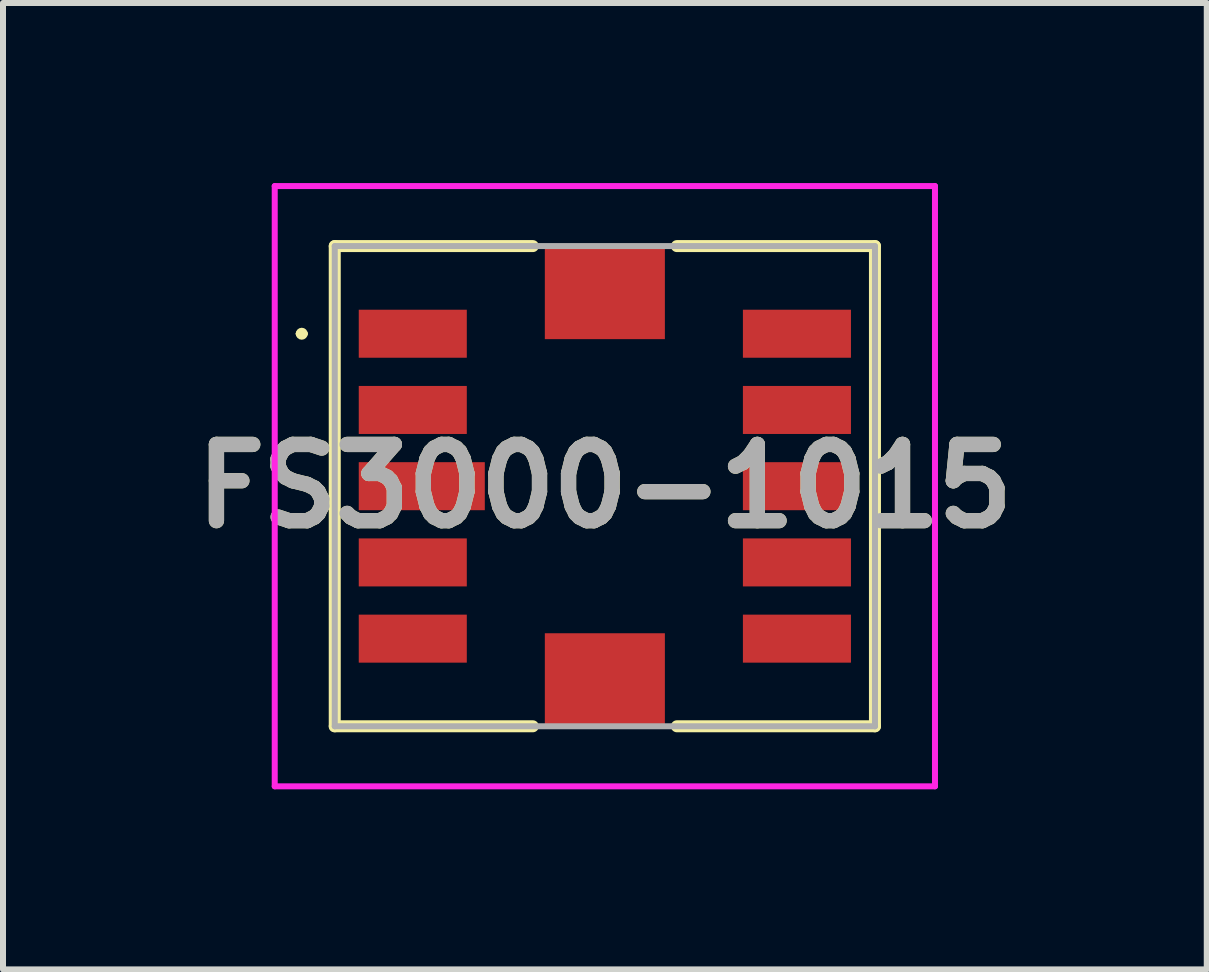
<source format=kicad_pcb>
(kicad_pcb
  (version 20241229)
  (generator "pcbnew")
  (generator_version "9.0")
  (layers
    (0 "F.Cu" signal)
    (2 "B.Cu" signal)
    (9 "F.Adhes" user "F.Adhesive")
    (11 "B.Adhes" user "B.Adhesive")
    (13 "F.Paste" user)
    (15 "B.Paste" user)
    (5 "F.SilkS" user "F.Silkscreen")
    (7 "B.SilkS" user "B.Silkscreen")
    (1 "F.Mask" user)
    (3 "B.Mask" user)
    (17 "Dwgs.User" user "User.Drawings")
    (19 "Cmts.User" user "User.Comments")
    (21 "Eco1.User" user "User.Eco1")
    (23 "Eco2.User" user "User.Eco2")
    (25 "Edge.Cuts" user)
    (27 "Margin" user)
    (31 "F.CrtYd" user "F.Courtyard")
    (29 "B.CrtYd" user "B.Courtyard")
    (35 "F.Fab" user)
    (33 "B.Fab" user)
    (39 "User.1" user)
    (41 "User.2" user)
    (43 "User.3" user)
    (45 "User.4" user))
  (footprint "FS3000-1015"
    (layer "F.Cu")
    (at 7.027 5.05)
    (property "Reference" "FS3000-1015" (at 0 0 0) (layer "F.SilkS") (effects (font (size 1.27 1.27) (thickness 0.254))))
    (attr smd)
    (fp_line (start -5.1 -2.54) (end -5.1 -2.54) (stroke (width 0.1) (type solid)) (layer "F.SilkS"))
    (fp_line (start -5 -2.54) (end -5 -2.54) (stroke (width 0.1) (type solid)) (layer "F.SilkS"))
    (fp_line (start -4.5 -4) (end -4.5 4) (stroke (width 0.2) (type solid)) (layer "F.SilkS"))
    (fp_line (start -4.5 4) (end -1.2 4) (stroke (width 0.2) (type solid)) (layer "F.SilkS"))
    (fp_line (start -1.2 -4) (end -4.5 -4) (stroke (width 0.2) (type solid)) (layer "F.SilkS"))
    (fp_line (start 1.2 4) (end 4.5 4) (stroke (width 0.2) (type solid)) (layer "F.SilkS"))
    (fp_line (start 4.5 -4) (end 1.2 -4) (stroke (width 0.2) (type solid)) (layer "F.SilkS"))
    (fp_line (start 4.5 4) (end 4.5 -4) (stroke (width 0.2) (type solid)) (layer "F.SilkS"))
    (fp_arc (start -5.1 -2.54) (mid -5.05 -2.59) (end -5 -2.54) (stroke (width 0.1) (type solid)) (layer "F.SilkS"))
    (fp_arc (start -5 -2.54) (mid -5.05 -2.49) (end -5.1 -2.54) (stroke (width 0.1) (type solid)) (layer "F.SilkS"))
    (fp_line (start -5.5 -5) (end 5.5 -5) (stroke (width 0.1) (type solid)) (layer "F.CrtYd"))
    (fp_line (start -5.5 5) (end -5.5 -5) (stroke (width 0.1) (type solid)) (layer "F.CrtYd"))
    (fp_line (start 5.5 -5) (end 5.5 5) (stroke (width 0.1) (type solid)) (layer "F.CrtYd"))
    (fp_line (start 5.5 5) (end -5.5 5) (stroke (width 0.1) (type solid)) (layer "F.CrtYd"))
    (fp_line (start -4.5 -4) (end -4.5 4) (stroke (width 0.1) (type solid)) (layer "F.Fab"))
    (fp_line (start -4.5 4) (end 4.5 4) (stroke (width 0.1) (type solid)) (layer "F.Fab"))
    (fp_line (start 4.5 -4) (end -4.5 -4) (stroke (width 0.1) (type solid)) (layer "F.Fab"))
    (fp_line (start 4.5 4) (end 4.5 -4) (stroke (width 0.1) (type solid)) (layer "F.Fab"))
    (fp_text user "${REFERENCE}" (at 0 0 0) (layer "F.Fab") (effects (font (size 1.27 1.27) (thickness 0.254))))
    (pad "1" smd rect (at -3.2 -2.54 90) (size 0.8 1.8) (layers "F.Cu" "F.Mask" "F.Paste"))
    (pad "2" smd rect (at -3.2 -1.27 90) (size 0.8 1.8) (layers "F.Cu" "F.Mask" "F.Paste"))
    (pad "3" smd rect (at -3.05 0 90) (size 0.8 2.1) (layers "F.Cu" "F.Mask" "F.Paste"))
    (pad "4" smd rect (at -3.2 1.27 90) (size 0.8 1.8) (layers "F.Cu" "F.Mask" "F.Paste"))
    (pad "5" smd rect (at -3.2 2.54 90) (size 0.8 1.8) (layers "F.Cu" "F.Mask" "F.Paste"))
    (pad "6" smd rect (at 3.2 2.54 90) (size 0.8 1.8) (layers "F.Cu" "F.Mask" "F.Paste"))
    (pad "7" smd rect (at 3.2 1.27 90) (size 0.8 1.8) (layers "F.Cu" "F.Mask" "F.Paste"))
    (pad "8" smd rect (at 3.2 0 90) (size 0.8 1.8) (layers "F.Cu" "F.Mask" "F.Paste"))
    (pad "9" smd rect (at 3.2 -1.27 90) (size 0.8 1.8) (layers "F.Cu" "F.Mask" "F.Paste"))
    (pad "10" smd rect (at 3.2 -2.54 90) (size 0.8 1.8) (layers "F.Cu" "F.Mask" "F.Paste"))
    (pad "MP1" smd rect (at 0 -3.225 90) (size 1.55 2) (layers "F.Cu" "F.Mask" "F.Paste"))
    (pad "MP2" smd rect (at 0 3.225 90) (size 1.55 2) (layers "F.Cu" "F.Mask" "F.Paste")))
  (gr_rect
    (start -3 -3)
    (end 17.055 13.1)
    (stroke (width 0.1) (type default))
    (fill no)
    (layer "Edge.Cuts")))
</source>
